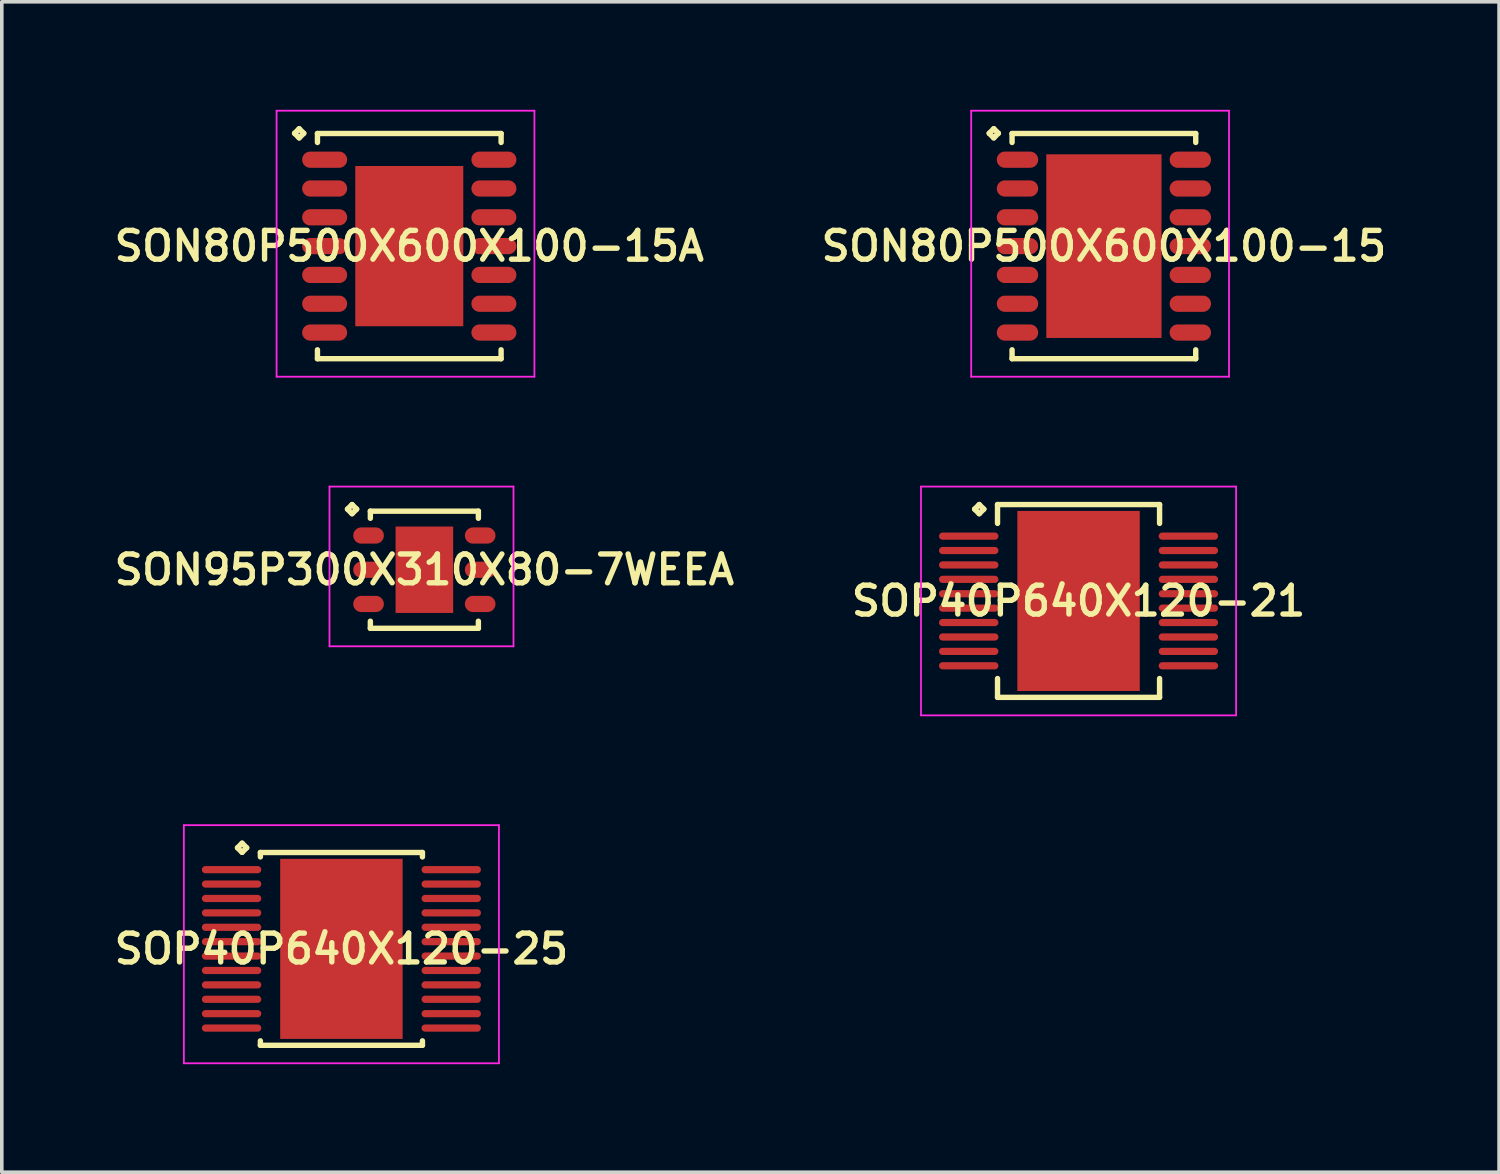
<source format=kicad_pcb>
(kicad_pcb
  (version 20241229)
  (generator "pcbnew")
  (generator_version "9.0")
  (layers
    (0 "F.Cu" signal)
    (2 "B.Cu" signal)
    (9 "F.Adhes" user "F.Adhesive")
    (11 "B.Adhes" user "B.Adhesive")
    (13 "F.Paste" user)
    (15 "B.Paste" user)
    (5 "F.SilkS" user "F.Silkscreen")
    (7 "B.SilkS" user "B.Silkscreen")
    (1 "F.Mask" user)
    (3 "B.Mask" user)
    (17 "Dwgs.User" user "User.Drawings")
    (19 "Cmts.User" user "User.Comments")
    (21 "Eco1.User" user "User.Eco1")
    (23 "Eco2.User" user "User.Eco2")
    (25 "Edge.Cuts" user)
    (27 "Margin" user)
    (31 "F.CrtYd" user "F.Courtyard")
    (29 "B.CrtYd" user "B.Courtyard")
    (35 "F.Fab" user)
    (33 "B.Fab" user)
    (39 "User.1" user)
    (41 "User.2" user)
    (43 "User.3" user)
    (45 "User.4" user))
  (footprint "SON95P300X310X80-7WEEA"
    (layer "F.Cu")
    (at 8.735 12.772)
    (property "Reference" "SON95P300X310X80-7WEEA" (at 0 0 0) (layer "F.SilkS") (effects (font (size 0.8 0.8) (thickness 0.15))))
    (attr smd)
    (fp_line (start -2.135 -1.683) (end -2.008 -1.81) (stroke (width 0.15) (type solid)) (layer "F.SilkS"))
    (fp_line (start -2.008 -1.81) (end -1.881 -1.683) (stroke (width 0.15) (type solid)) (layer "F.SilkS"))
    (fp_line (start -2.008 -1.556) (end -2.135 -1.683) (stroke (width 0.15) (type solid)) (layer "F.SilkS"))
    (fp_line (start -1.881 -1.683) (end -2.008 -1.556) (stroke (width 0.15) (type solid)) (layer "F.SilkS"))
    (fp_line (start -1.5 -1.627) (end 1.5 -1.627) (stroke (width 0.15) (type solid)) (layer "F.SilkS"))
    (fp_line (start -1.5 -1.429) (end -1.5 -1.627) (stroke (width 0.15) (type solid)) (layer "F.SilkS"))
    (fp_line (start -1.5 1.429) (end -1.5 1.627) (stroke (width 0.15) (type solid)) (layer "F.SilkS"))
    (fp_line (start -1.5 1.627) (end 1.5 1.627) (stroke (width 0.15) (type solid)) (layer "F.SilkS"))
    (fp_line (start 1.5 -1.627) (end 1.5 -1.429) (stroke (width 0.15) (type solid)) (layer "F.SilkS"))
    (fp_line (start 1.5 1.627) (end 1.5 1.429) (stroke (width 0.15) (type solid)) (layer "F.SilkS"))
    (fp_line (start -2.635 -2.31) (end 2.475 -2.31) (stroke (width 0.05) (type solid)) (layer "F.CrtYd"))
    (fp_line (start -2.635 2.127) (end -2.635 -2.31) (stroke (width 0.05) (type solid)) (layer "F.CrtYd"))
    (fp_line (start 2.475 -2.31) (end 2.475 2.127) (stroke (width 0.05) (type solid)) (layer "F.CrtYd"))
    (fp_line (start 2.475 2.127) (end -2.635 2.127) (stroke (width 0.05) (type solid)) (layer "F.CrtYd"))
    (pad "1" smd oval (at -1.55 -0.95) (size 0.85 0.45) (layers "F.Cu" "F.Mask" "F.Paste"))
    (pad "2" smd oval (at -1.55 0) (size 0.85 0.45) (layers "F.Cu" "F.Mask" "F.Paste"))
    (pad "3" smd oval (at -1.55 0.95) (size 0.85 0.45) (layers "F.Cu" "F.Mask" "F.Paste"))
    (pad "4" smd oval (at 1.55 0.95) (size 0.85 0.45) (layers "F.Cu" "F.Mask" "F.Paste"))
    (pad "5" smd oval (at 1.55 0) (size 0.85 0.45) (layers "F.Cu" "F.Mask" "F.Paste"))
    (pad "6" smd oval (at 1.55 -0.95) (size 0.85 0.45) (layers "F.Cu" "F.Mask" "F.Paste"))
    (pad "7" smd rect (at 0 0) (size 1.6 2.4) (layers "F.Cu" "F.Mask" "F.Paste")))
  (footprint "SOP40P640X120-21"
    (layer "F.Cu")
    (at 26.902 13.639)
    (property "Reference" "SOP40P640X120-21" (at 0 0 0) (layer "F.SilkS") (effects (font (size 0.8 0.8) (thickness 0.15))))
    (attr smd)
    (fp_line (start -2.885 -2.55) (end -2.758 -2.677) (stroke (width 0.15) (type solid)) (layer "F.SilkS"))
    (fp_line (start -2.758 -2.677) (end -2.631 -2.55) (stroke (width 0.15) (type solid)) (layer "F.SilkS"))
    (fp_line (start -2.758 -2.423) (end -2.885 -2.55) (stroke (width 0.15) (type solid)) (layer "F.SilkS"))
    (fp_line (start -2.631 -2.55) (end -2.758 -2.423) (stroke (width 0.15) (type solid)) (layer "F.SilkS"))
    (fp_line (start -2.25 -2.677) (end 2.25 -2.677) (stroke (width 0.15) (type solid)) (layer "F.SilkS"))
    (fp_line (start -2.25 -2.154) (end -2.25 -2.677) (stroke (width 0.15) (type solid)) (layer "F.SilkS"))
    (fp_line (start -2.25 2.154) (end -2.25 2.677) (stroke (width 0.15) (type solid)) (layer "F.SilkS"))
    (fp_line (start -2.25 2.677) (end 2.25 2.677) (stroke (width 0.15) (type solid)) (layer "F.SilkS"))
    (fp_line (start 2.25 -2.677) (end 2.25 -2.154) (stroke (width 0.15) (type solid)) (layer "F.SilkS"))
    (fp_line (start 2.25 2.677) (end 2.25 2.154) (stroke (width 0.15) (type solid)) (layer "F.SilkS"))
    (fp_line (start -4.375 -3.177) (end 4.375 -3.177) (stroke (width 0.05) (type solid)) (layer "F.CrtYd"))
    (fp_line (start -4.375 3.177) (end -4.375 -3.177) (stroke (width 0.05) (type solid)) (layer "F.CrtYd"))
    (fp_line (start 4.375 -3.177) (end 4.375 3.177) (stroke (width 0.05) (type solid)) (layer "F.CrtYd"))
    (fp_line (start 4.375 3.177) (end -4.375 3.177) (stroke (width 0.05) (type solid)) (layer "F.CrtYd"))
    (pad "1" smd oval (at -3.05 -1.8) (size 1.65 0.2) (layers "F.Cu" "F.Mask" "F.Paste"))
    (pad "2" smd oval (at -3.05 -1.4) (size 1.65 0.2) (layers "F.Cu" "F.Mask" "F.Paste"))
    (pad "3" smd oval (at -3.05 -1) (size 1.65 0.2) (layers "F.Cu" "F.Mask" "F.Paste"))
    (pad "4" smd oval (at -3.05 -0.6) (size 1.65 0.2) (layers "F.Cu" "F.Mask" "F.Paste"))
    (pad "5" smd oval (at -3.05 -0.2) (size 1.65 0.2) (layers "F.Cu" "F.Mask" "F.Paste"))
    (pad "6" smd oval (at -3.05 0.2) (size 1.65 0.2) (layers "F.Cu" "F.Mask" "F.Paste"))
    (pad "7" smd oval (at -3.05 0.6) (size 1.65 0.2) (layers "F.Cu" "F.Mask" "F.Paste"))
    (pad "8" smd oval (at -3.05 1) (size 1.65 0.2) (layers "F.Cu" "F.Mask" "F.Paste"))
    (pad "9" smd oval (at -3.05 1.4) (size 1.65 0.2) (layers "F.Cu" "F.Mask" "F.Paste"))
    (pad "10" smd oval (at -3.05 1.8) (size 1.65 0.2) (layers "F.Cu" "F.Mask" "F.Paste"))
    (pad "11" smd oval (at 3.05 1.8) (size 1.65 0.2) (layers "F.Cu" "F.Mask" "F.Paste"))
    (pad "12" smd oval (at 3.05 1.4) (size 1.65 0.2) (layers "F.Cu" "F.Mask" "F.Paste"))
    (pad "13" smd oval (at 3.05 1) (size 1.65 0.2) (layers "F.Cu" "F.Mask" "F.Paste"))
    (pad "14" smd oval (at 3.05 0.6) (size 1.65 0.2) (layers "F.Cu" "F.Mask" "F.Paste"))
    (pad "15" smd oval (at 3.05 0.2) (size 1.65 0.2) (layers "F.Cu" "F.Mask" "F.Paste"))
    (pad "16" smd oval (at 3.05 -0.2) (size 1.65 0.2) (layers "F.Cu" "F.Mask" "F.Paste"))
    (pad "17" smd oval (at 3.05 -0.6) (size 1.65 0.2) (layers "F.Cu" "F.Mask" "F.Paste"))
    (pad "18" smd oval (at 3.05 -1) (size 1.65 0.2) (layers "F.Cu" "F.Mask" "F.Paste"))
    (pad "19" smd oval (at 3.05 -1.4) (size 1.65 0.2) (layers "F.Cu" "F.Mask" "F.Paste"))
    (pad "20" smd oval (at 3.05 -1.8) (size 1.65 0.2) (layers "F.Cu" "F.Mask" "F.Paste"))
    (pad "21" smd rect (at 0 0) (size 3.4 5) (layers "F.Cu" "F.Mask" "F.Paste")))
  (footprint "SOP40P640X120-25"
    (layer "F.Cu")
    (at 6.431 23.301)
    (property "Reference" "SOP40P640X120-25" (at 0 0 0) (layer "F.SilkS") (effects (font (size 0.8 0.8) (thickness 0.15))))
    (attr smd)
    (fp_line (start -2.885 -2.808) (end -2.758 -2.935) (stroke (width 0.15) (type solid)) (layer "F.SilkS"))
    (fp_line (start -2.758 -2.935) (end -2.631 -2.808) (stroke (width 0.15) (type solid)) (layer "F.SilkS"))
    (fp_line (start -2.758 -2.681) (end -2.885 -2.808) (stroke (width 0.15) (type solid)) (layer "F.SilkS"))
    (fp_line (start -2.631 -2.808) (end -2.758 -2.681) (stroke (width 0.15) (type solid)) (layer "F.SilkS"))
    (fp_line (start -2.25 -2.677) (end 2.25 -2.677) (stroke (width 0.15) (type solid)) (layer "F.SilkS"))
    (fp_line (start -2.25 -2.554) (end -2.25 -2.677) (stroke (width 0.15) (type solid)) (layer "F.SilkS"))
    (fp_line (start -2.25 2.554) (end -2.25 2.677) (stroke (width 0.15) (type solid)) (layer "F.SilkS"))
    (fp_line (start -2.25 2.677) (end 2.25 2.677) (stroke (width 0.15) (type solid)) (layer "F.SilkS"))
    (fp_line (start 2.25 -2.677) (end 2.25 -2.554) (stroke (width 0.15) (type solid)) (layer "F.SilkS"))
    (fp_line (start 2.25 2.677) (end 2.25 2.554) (stroke (width 0.15) (type solid)) (layer "F.SilkS"))
    (fp_line (start -4.375 -3.435) (end 4.375 -3.435) (stroke (width 0.05) (type solid)) (layer "F.CrtYd"))
    (fp_line (start -4.375 3.177) (end -4.375 -3.435) (stroke (width 0.05) (type solid)) (layer "F.CrtYd"))
    (fp_line (start 4.375 -3.435) (end 4.375 3.177) (stroke (width 0.05) (type solid)) (layer "F.CrtYd"))
    (fp_line (start 4.375 3.177) (end -4.375 3.177) (stroke (width 0.05) (type solid)) (layer "F.CrtYd"))
    (pad "1" smd oval (at -3.05 -2.2) (size 1.65 0.2) (layers "F.Cu" "F.Mask" "F.Paste"))
    (pad "2" smd oval (at -3.05 -1.8) (size 1.65 0.2) (layers "F.Cu" "F.Mask" "F.Paste"))
    (pad "3" smd oval (at -3.05 -1.4) (size 1.65 0.2) (layers "F.Cu" "F.Mask" "F.Paste"))
    (pad "4" smd oval (at -3.05 -1) (size 1.65 0.2) (layers "F.Cu" "F.Mask" "F.Paste"))
    (pad "5" smd oval (at -3.05 -0.6) (size 1.65 0.2) (layers "F.Cu" "F.Mask" "F.Paste"))
    (pad "6" smd oval (at -3.05 -0.2) (size 1.65 0.2) (layers "F.Cu" "F.Mask" "F.Paste"))
    (pad "7" smd oval (at -3.05 0.2) (size 1.65 0.2) (layers "F.Cu" "F.Mask" "F.Paste"))
    (pad "8" smd oval (at -3.05 0.6) (size 1.65 0.2) (layers "F.Cu" "F.Mask" "F.Paste"))
    (pad "9" smd oval (at -3.05 1) (size 1.65 0.2) (layers "F.Cu" "F.Mask" "F.Paste"))
    (pad "10" smd oval (at -3.05 1.4) (size 1.65 0.2) (layers "F.Cu" "F.Mask" "F.Paste"))
    (pad "11" smd oval (at -3.05 1.8) (size 1.65 0.2) (layers "F.Cu" "F.Mask" "F.Paste"))
    (pad "12" smd oval (at -3.05 2.2) (size 1.65 0.2) (layers "F.Cu" "F.Mask" "F.Paste"))
    (pad "13" smd oval (at 3.05 2.2) (size 1.65 0.2) (layers "F.Cu" "F.Mask" "F.Paste"))
    (pad "14" smd oval (at 3.05 1.8) (size 1.65 0.2) (layers "F.Cu" "F.Mask" "F.Paste"))
    (pad "15" smd oval (at 3.05 1.4) (size 1.65 0.2) (layers "F.Cu" "F.Mask" "F.Paste"))
    (pad "16" smd oval (at 3.05 1) (size 1.65 0.2) (layers "F.Cu" "F.Mask" "F.Paste"))
    (pad "17" smd oval (at 3.05 0.6) (size 1.65 0.2) (layers "F.Cu" "F.Mask" "F.Paste"))
    (pad "18" smd oval (at 3.05 0.2) (size 1.65 0.2) (layers "F.Cu" "F.Mask" "F.Paste"))
    (pad "19" smd oval (at 3.05 -0.2) (size 1.65 0.2) (layers "F.Cu" "F.Mask" "F.Paste"))
    (pad "20" smd oval (at 3.05 -0.6) (size 1.65 0.2) (layers "F.Cu" "F.Mask" "F.Paste"))
    (pad "21" smd oval (at 3.05 -1) (size 1.65 0.2) (layers "F.Cu" "F.Mask" "F.Paste"))
    (pad "22" smd oval (at 3.05 -1.4) (size 1.65 0.2) (layers "F.Cu" "F.Mask" "F.Paste"))
    (pad "23" smd oval (at 3.05 -1.8) (size 1.65 0.2) (layers "F.Cu" "F.Mask" "F.Paste"))
    (pad "24" smd oval (at 3.05 -2.2) (size 1.65 0.2) (layers "F.Cu" "F.Mask" "F.Paste"))
    (pad "25" smd rect (at 0 0) (size 3.4 5) (layers "F.Cu" "F.Mask" "F.Paste")))
  (footprint "SON80P500X600X100-15"
    (layer "F.Cu")
    (at 27.606 3.785)
    (property "Reference" "SON80P500X600X100-15" (at 0 0 0) (layer "F.SilkS") (effects (font (size 0.8 0.8) (thickness 0.15))))
    (attr smd)
    (fp_line (start -3.185 -3.133) (end -3.058 -3.26) (stroke (width 0.15) (type solid)) (layer "F.SilkS"))
    (fp_line (start -3.058 -3.26) (end -2.931 -3.133) (stroke (width 0.15) (type solid)) (layer "F.SilkS"))
    (fp_line (start -3.058 -3.006) (end -3.185 -3.133) (stroke (width 0.15) (type solid)) (layer "F.SilkS"))
    (fp_line (start -2.931 -3.133) (end -3.058 -3.006) (stroke (width 0.15) (type solid)) (layer "F.SilkS"))
    (fp_line (start -2.55 -3.127) (end 2.55 -3.127) (stroke (width 0.15) (type solid)) (layer "F.SilkS"))
    (fp_line (start -2.55 -2.879) (end -2.55 -3.127) (stroke (width 0.15) (type solid)) (layer "F.SilkS"))
    (fp_line (start -2.55 2.879) (end -2.55 3.127) (stroke (width 0.15) (type solid)) (layer "F.SilkS"))
    (fp_line (start -2.55 3.127) (end 2.55 3.127) (stroke (width 0.15) (type solid)) (layer "F.SilkS"))
    (fp_line (start 2.55 -3.127) (end 2.55 -2.879) (stroke (width 0.15) (type solid)) (layer "F.SilkS"))
    (fp_line (start 2.55 3.127) (end 2.55 2.879) (stroke (width 0.15) (type solid)) (layer "F.SilkS"))
    (fp_line (start -3.685 -3.76) (end 3.475 -3.76) (stroke (width 0.05) (type solid)) (layer "F.CrtYd"))
    (fp_line (start -3.685 3.627) (end -3.685 -3.76) (stroke (width 0.05) (type solid)) (layer "F.CrtYd"))
    (fp_line (start 3.475 -3.76) (end 3.475 3.627) (stroke (width 0.05) (type solid)) (layer "F.CrtYd"))
    (fp_line (start 3.475 3.627) (end -3.685 3.627) (stroke (width 0.05) (type solid)) (layer "F.CrtYd"))
    (pad "1" smd oval (at -2.4 -2.4) (size 1.15 0.45) (layers "F.Cu" "F.Mask" "F.Paste"))
    (pad "2" smd oval (at -2.4 -1.6) (size 1.15 0.45) (layers "F.Cu" "F.Mask" "F.Paste"))
    (pad "3" smd oval (at -2.4 -0.8) (size 1.15 0.45) (layers "F.Cu" "F.Mask" "F.Paste"))
    (pad "4" smd oval (at -2.4 0) (size 1.15 0.45) (layers "F.Cu" "F.Mask" "F.Paste"))
    (pad "5" smd oval (at -2.4 0.8) (size 1.15 0.45) (layers "F.Cu" "F.Mask" "F.Paste"))
    (pad "6" smd oval (at -2.4 1.6) (size 1.15 0.45) (layers "F.Cu" "F.Mask" "F.Paste"))
    (pad "7" smd oval (at -2.4 2.4) (size 1.15 0.45) (layers "F.Cu" "F.Mask" "F.Paste"))
    (pad "8" smd oval (at 2.4 2.4) (size 1.15 0.45) (layers "F.Cu" "F.Mask" "F.Paste"))
    (pad "9" smd oval (at 2.4 1.6) (size 1.15 0.45) (layers "F.Cu" "F.Mask" "F.Paste"))
    (pad "10" smd oval (at 2.4 0.8) (size 1.15 0.45) (layers "F.Cu" "F.Mask" "F.Paste"))
    (pad "11" smd oval (at 2.4 0) (size 1.15 0.45) (layers "F.Cu" "F.Mask" "F.Paste"))
    (pad "12" smd oval (at 2.4 -0.8) (size 1.15 0.45) (layers "F.Cu" "F.Mask" "F.Paste"))
    (pad "13" smd oval (at 2.4 -1.6) (size 1.15 0.45) (layers "F.Cu" "F.Mask" "F.Paste"))
    (pad "14" smd oval (at 2.4 -2.4) (size 1.15 0.45) (layers "F.Cu" "F.Mask" "F.Paste"))
    (pad "15" smd rect (at 0 0) (size 3.2 5.1) (layers "F.Cu" "F.Mask" "F.Paste")))
  (footprint "SON80P500X600X100-15A"
    (layer "F.Cu")
    (at 8.316 3.785)
    (property "Reference" "SON80P500X600X100-15A" (at 0 0 0) (layer "F.SilkS") (effects (font (size 0.8 0.8) (thickness 0.15))))
    (attr smd)
    (fp_line (start -3.185 -3.133) (end -3.058 -3.26) (stroke (width 0.15) (type solid)) (layer "F.SilkS"))
    (fp_line (start -3.058 -3.26) (end -2.931 -3.133) (stroke (width 0.15) (type solid)) (layer "F.SilkS"))
    (fp_line (start -3.058 -3.006) (end -3.185 -3.133) (stroke (width 0.15) (type solid)) (layer "F.SilkS"))
    (fp_line (start -2.931 -3.133) (end -3.058 -3.006) (stroke (width 0.15) (type solid)) (layer "F.SilkS"))
    (fp_line (start -2.55 -3.127) (end 2.55 -3.127) (stroke (width 0.15) (type solid)) (layer "F.SilkS"))
    (fp_line (start -2.55 -2.879) (end -2.55 -3.127) (stroke (width 0.15) (type solid)) (layer "F.SilkS"))
    (fp_line (start -2.55 2.879) (end -2.55 3.127) (stroke (width 0.15) (type solid)) (layer "F.SilkS"))
    (fp_line (start -2.55 3.127) (end 2.55 3.127) (stroke (width 0.15) (type solid)) (layer "F.SilkS"))
    (fp_line (start 2.55 -3.127) (end 2.55 -2.879) (stroke (width 0.15) (type solid)) (layer "F.SilkS"))
    (fp_line (start 2.55 3.127) (end 2.55 2.879) (stroke (width 0.15) (type solid)) (layer "F.SilkS"))
    (fp_line (start -3.685 -3.76) (end 3.475 -3.76) (stroke (width 0.05) (type solid)) (layer "F.CrtYd"))
    (fp_line (start -3.685 3.627) (end -3.685 -3.76) (stroke (width 0.05) (type solid)) (layer "F.CrtYd"))
    (fp_line (start 3.475 -3.76) (end 3.475 3.627) (stroke (width 0.05) (type solid)) (layer "F.CrtYd"))
    (fp_line (start 3.475 3.627) (end -3.685 3.627) (stroke (width 0.05) (type solid)) (layer "F.CrtYd"))
    (pad "1" smd oval (at -2.35 -2.4) (size 1.25 0.45) (layers "F.Cu" "F.Mask" "F.Paste"))
    (pad "2" smd oval (at -2.35 -1.6) (size 1.25 0.45) (layers "F.Cu" "F.Mask" "F.Paste"))
    (pad "3" smd oval (at -2.35 -0.8) (size 1.25 0.45) (layers "F.Cu" "F.Mask" "F.Paste"))
    (pad "4" smd oval (at -2.35 0) (size 1.25 0.45) (layers "F.Cu" "F.Mask" "F.Paste"))
    (pad "5" smd oval (at -2.35 0.8) (size 1.25 0.45) (layers "F.Cu" "F.Mask" "F.Paste"))
    (pad "6" smd oval (at -2.35 1.6) (size 1.25 0.45) (layers "F.Cu" "F.Mask" "F.Paste"))
    (pad "7" smd oval (at -2.35 2.4) (size 1.25 0.45) (layers "F.Cu" "F.Mask" "F.Paste"))
    (pad "8" smd oval (at 2.35 2.4) (size 1.25 0.45) (layers "F.Cu" "F.Mask" "F.Paste"))
    (pad "9" smd oval (at 2.35 1.6) (size 1.25 0.45) (layers "F.Cu" "F.Mask" "F.Paste"))
    (pad "10" smd oval (at 2.35 0.8) (size 1.25 0.45) (layers "F.Cu" "F.Mask" "F.Paste"))
    (pad "11" smd oval (at 2.35 0) (size 1.25 0.45) (layers "F.Cu" "F.Mask" "F.Paste"))
    (pad "12" smd oval (at 2.35 -0.8) (size 1.25 0.45) (layers "F.Cu" "F.Mask" "F.Paste"))
    (pad "13" smd oval (at 2.35 -1.6) (size 1.25 0.45) (layers "F.Cu" "F.Mask" "F.Paste"))
    (pad "14" smd oval (at 2.35 -2.4) (size 1.25 0.45) (layers "F.Cu" "F.Mask" "F.Paste"))
    (pad "15" smd rect (at 0 0) (size 3 4.45) (layers "F.Cu" "F.Mask" "F.Paste")))
  (gr_rect
    (start -3 -3)
    (end 38.58 29.503)
    (stroke (width 0.1) (type default))
    (fill no)
    (layer "Edge.Cuts")))
</source>
